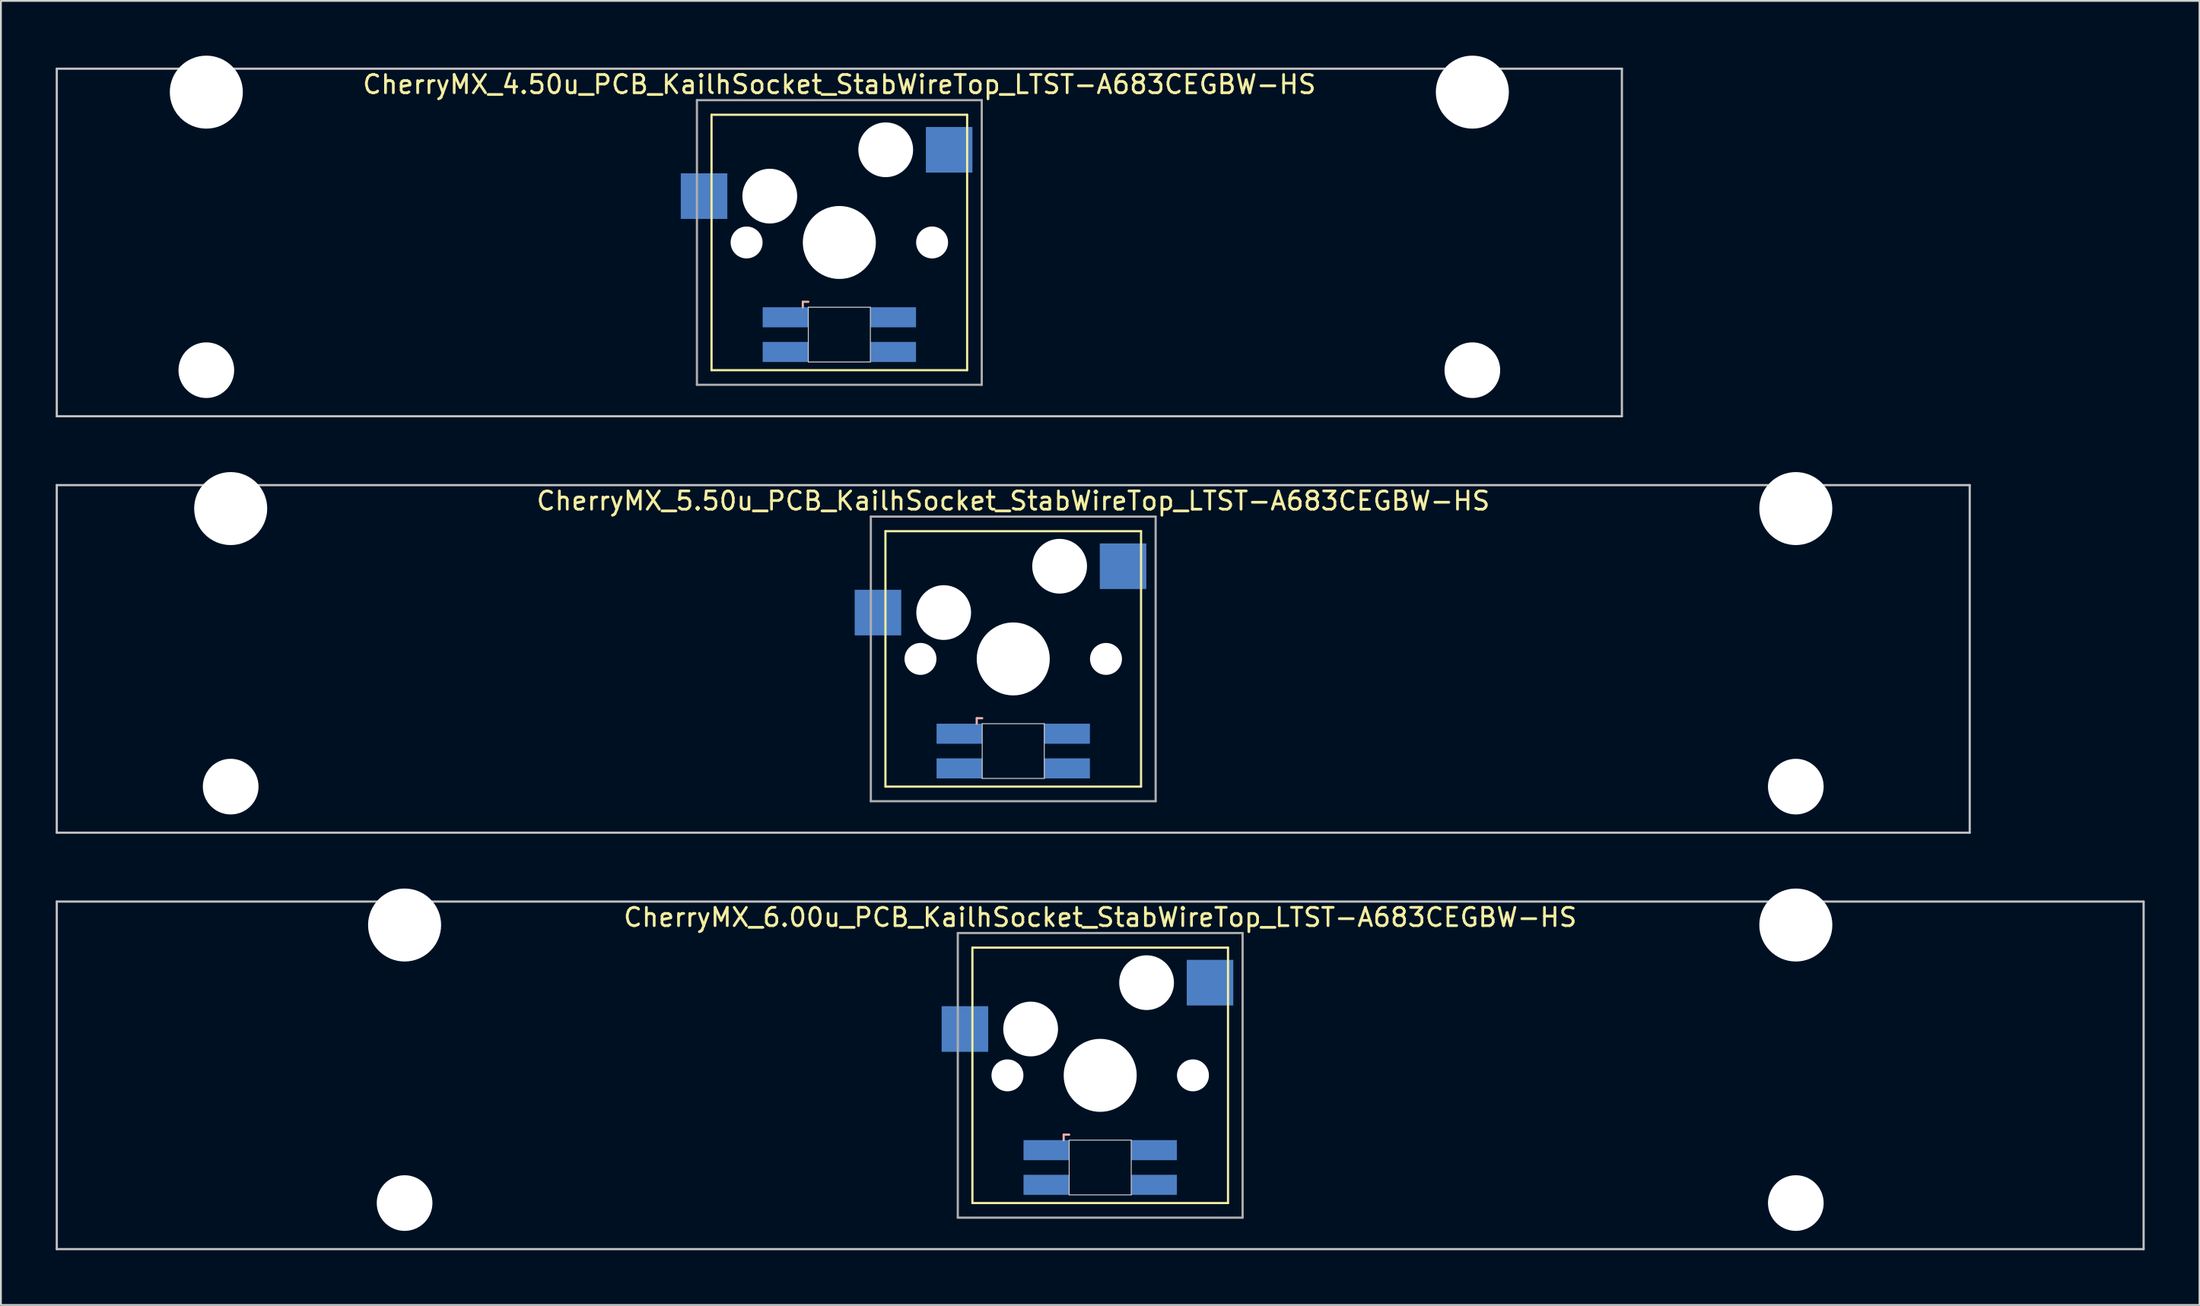
<source format=kicad_pcb>
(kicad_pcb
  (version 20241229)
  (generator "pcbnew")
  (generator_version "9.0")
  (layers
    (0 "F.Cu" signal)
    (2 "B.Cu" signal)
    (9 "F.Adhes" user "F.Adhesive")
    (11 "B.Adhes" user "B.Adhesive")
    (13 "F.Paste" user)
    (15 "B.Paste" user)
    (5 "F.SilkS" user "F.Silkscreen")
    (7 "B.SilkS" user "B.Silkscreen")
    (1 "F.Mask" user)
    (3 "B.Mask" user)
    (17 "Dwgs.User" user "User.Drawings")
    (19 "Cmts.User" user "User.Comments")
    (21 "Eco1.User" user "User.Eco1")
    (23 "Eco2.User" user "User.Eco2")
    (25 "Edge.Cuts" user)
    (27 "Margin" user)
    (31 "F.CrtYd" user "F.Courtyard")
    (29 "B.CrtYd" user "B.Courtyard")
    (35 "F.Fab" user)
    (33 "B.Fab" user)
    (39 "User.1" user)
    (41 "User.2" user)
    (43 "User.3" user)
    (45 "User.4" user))
  (footprint "CherryMX_4.50u_PCB_KailhSocket_StabWireTop_LTST-A683CEGBW-HS"
    (layer "F.Cu")
    (at 42.922 10.24)
    (property "Reference" "CherryMX_4.50u_PCB_KailhSocket_StabWireTop_LTST-A683CEGBW-HS" (at 0 -8.662 0) (layer "F.SilkS") (effects (font (size 1 1) (thickness 0.15))))
    (attr through_hole)
    (fp_line (start -7 -7) (end -7 7) (stroke (width 0.12) (type solid)) (layer "F.SilkS"))
    (fp_line (start -7 -7) (end 7 -7) (stroke (width 0.12) (type solid)) (layer "F.SilkS"))
    (fp_line (start 7 -7) (end 7 7) (stroke (width 0.12) (type solid)) (layer "F.SilkS"))
    (fp_line (start 7 7) (end -7 7) (stroke (width 0.12) (type solid)) (layer "F.SilkS"))
    (fp_line (start -2 3.25) (end -2 3.55) (stroke (width 0.12) (type solid)) (layer "B.SilkS"))
    (fp_line (start -1.7 3.25) (end -2 3.25) (stroke (width 0.12) (type solid)) (layer "B.SilkS"))
    (fp_line (start -42.862 -9.525) (end 42.862 -9.525) (stroke (width 0.12) (type solid)) (layer "Dwgs.User"))
    (fp_line (start -42.862 9.525) (end -42.862 -9.525) (stroke (width 0.12) (type solid)) (layer "Dwgs.User"))
    (fp_line (start 42.862 -9.525) (end 42.862 9.525) (stroke (width 0.12) (type solid)) (layer "Dwgs.User"))
    (fp_line (start 42.862 9.525) (end -42.862 9.525) (stroke (width 0.12) (type solid)) (layer "Dwgs.User"))
    (fp_line (start -1.7 3.55) (end 1.7 3.55) (stroke (width 0.05) (type solid)) (layer "Edge.Cuts"))
    (fp_line (start -1.7 6.55) (end -1.7 3.55) (stroke (width 0.05) (type solid)) (layer "Edge.Cuts"))
    (fp_line (start 1.7 3.55) (end 1.7 6.55) (stroke (width 0.05) (type solid)) (layer "Edge.Cuts"))
    (fp_line (start 1.7 6.55) (end -1.7 6.55) (stroke (width 0.05) (type solid)) (layer "Edge.Cuts"))
    (fp_line (start -7.8 -7.8) (end -7.8 7.8) (stroke (width 0.12) (type solid)) (layer "F.Fab"))
    (fp_line (start -7.8 -7.8) (end 7.8 -7.8) (stroke (width 0.12) (type solid)) (layer "F.Fab"))
    (fp_line (start -7.8 7.8) (end 7.8 7.8) (stroke (width 0.12) (type solid)) (layer "F.Fab"))
    (fp_line (start 7.8 -7.8) (end 7.8 7.8) (stroke (width 0.12) (type solid)) (layer "F.Fab"))
    (pad "" np_thru_hole circle (at -34.671 -8.24) (size 4 4) (drill 4) (layers "*.Cu" "*.Mask"))
    (pad "" np_thru_hole circle (at -34.671 7) (size 3.05 3.05) (drill 3.05) (layers "*.Cu" "*.Mask"))
    (pad "" np_thru_hole circle (at -5.08 0) (size 1.75 1.75) (drill 1.75) (layers "*.Cu" "*.Mask"))
    (pad "" np_thru_hole circle (at -3.81 -2.54) (size 3 3) (drill 3) (layers "*.Cu" "*.Mask"))
    (pad "" np_thru_hole circle (at 0 0) (size 4 4) (drill 4) (layers "*.Cu" "*.Mask"))
    (pad "" np_thru_hole circle (at 2.54 -5.08) (size 3 3) (drill 3) (layers "*.Cu" "*.Mask"))
    (pad "" np_thru_hole circle (at 5.08 0) (size 1.75 1.75) (drill 1.75) (layers "*.Cu" "*.Mask"))
    (pad "" np_thru_hole circle (at 34.671 -8.24) (size 4 4) (drill 4) (layers "*.Cu" "*.Mask"))
    (pad "" np_thru_hole circle (at 34.671 7) (size 3.05 3.05) (drill 3.05) (layers "*.Cu" "*.Mask"))
    (pad "1" smd rect (at -7.41 -2.54) (size 2.55 2.5) (layers "B.Cu" "B.Mask" "B.Paste"))
    (pad "2" smd rect (at 6.015 -5.08) (size 2.55 2.5) (layers "B.Cu" "B.Mask" "B.Paste"))
    (pad "3" smd rect (at -2.95 4.1) (size 2.5 1.1) (layers "B.Cu" "B.Mask" "B.Paste"))
    (pad "4" smd rect (at -2.95 6) (size 2.5 1.1) (layers "B.Cu" "B.Mask" "B.Paste"))
    (pad "5" smd rect (at 2.95 4.1) (size 2.5 1.1) (layers "B.Cu" "B.Mask" "B.Paste"))
    (pad "6" smd rect (at 2.95 6) (size 2.5 1.1) (layers "B.Cu" "B.Mask" "B.Paste")))
  (footprint "CherryMX_6.00u_PCB_KailhSocket_StabWireTop_LTST-A683CEGBW-HS"
    (layer "F.Cu")
    (at 57.21 55.89)
    (property "Reference" "CherryMX_6.00u_PCB_KailhSocket_StabWireTop_LTST-A683CEGBW-HS" (at 0 -8.662 0) (layer "F.SilkS") (effects (font (size 1 1) (thickness 0.15))))
    (attr through_hole)
    (fp_line (start -7 -7) (end -7 7) (stroke (width 0.12) (type solid)) (layer "F.SilkS"))
    (fp_line (start -7 -7) (end 7 -7) (stroke (width 0.12) (type solid)) (layer "F.SilkS"))
    (fp_line (start 7 -7) (end 7 7) (stroke (width 0.12) (type solid)) (layer "F.SilkS"))
    (fp_line (start 7 7) (end -7 7) (stroke (width 0.12) (type solid)) (layer "F.SilkS"))
    (fp_line (start -2 3.25) (end -2 3.55) (stroke (width 0.12) (type solid)) (layer "B.SilkS"))
    (fp_line (start -1.7 3.25) (end -2 3.25) (stroke (width 0.12) (type solid)) (layer "B.SilkS"))
    (fp_line (start -57.15 -9.525) (end 57.15 -9.525) (stroke (width 0.12) (type solid)) (layer "Dwgs.User"))
    (fp_line (start -57.15 9.525) (end -57.15 -9.525) (stroke (width 0.12) (type solid)) (layer "Dwgs.User"))
    (fp_line (start 57.15 -9.525) (end 57.15 9.525) (stroke (width 0.12) (type solid)) (layer "Dwgs.User"))
    (fp_line (start 57.15 9.525) (end -57.15 9.525) (stroke (width 0.12) (type solid)) (layer "Dwgs.User"))
    (fp_line (start -1.7 3.55) (end 1.7 3.55) (stroke (width 0.05) (type solid)) (layer "Edge.Cuts"))
    (fp_line (start -1.7 6.55) (end -1.7 3.55) (stroke (width 0.05) (type solid)) (layer "Edge.Cuts"))
    (fp_line (start 1.7 3.55) (end 1.7 6.55) (stroke (width 0.05) (type solid)) (layer "Edge.Cuts"))
    (fp_line (start 1.7 6.55) (end -1.7 6.55) (stroke (width 0.05) (type solid)) (layer "Edge.Cuts"))
    (fp_line (start -7.8 -7.8) (end -7.8 7.8) (stroke (width 0.12) (type solid)) (layer "F.Fab"))
    (fp_line (start -7.8 -7.8) (end 7.8 -7.8) (stroke (width 0.12) (type solid)) (layer "F.Fab"))
    (fp_line (start -7.8 7.8) (end 7.8 7.8) (stroke (width 0.12) (type solid)) (layer "F.Fab"))
    (fp_line (start 7.8 -7.8) (end 7.8 7.8) (stroke (width 0.12) (type solid)) (layer "F.Fab"))
    (pad "" np_thru_hole circle (at -38.1 -8.24) (size 4 4) (drill 4) (layers "*.Cu" "*.Mask"))
    (pad "" np_thru_hole circle (at -38.1 7) (size 3.05 3.05) (drill 3.05) (layers "*.Cu" "*.Mask"))
    (pad "" np_thru_hole circle (at -5.08 0) (size 1.75 1.75) (drill 1.75) (layers "*.Cu" "*.Mask"))
    (pad "" np_thru_hole circle (at -3.81 -2.54) (size 3 3) (drill 3) (layers "*.Cu" "*.Mask"))
    (pad "" np_thru_hole circle (at 0 0) (size 4 4) (drill 4) (layers "*.Cu" "*.Mask"))
    (pad "" np_thru_hole circle (at 2.54 -5.08) (size 3 3) (drill 3) (layers "*.Cu" "*.Mask"))
    (pad "" np_thru_hole circle (at 5.08 0) (size 1.75 1.75) (drill 1.75) (layers "*.Cu" "*.Mask"))
    (pad "" np_thru_hole circle (at 38.1 -8.24) (size 4 4) (drill 4) (layers "*.Cu" "*.Mask"))
    (pad "" np_thru_hole circle (at 38.1 7) (size 3.05 3.05) (drill 3.05) (layers "*.Cu" "*.Mask"))
    (pad "1" smd rect (at -7.41 -2.54) (size 2.55 2.5) (layers "B.Cu" "B.Mask" "B.Paste"))
    (pad "2" smd rect (at 6.015 -5.08) (size 2.55 2.5) (layers "B.Cu" "B.Mask" "B.Paste"))
    (pad "3" smd rect (at -2.95 4.1) (size 2.5 1.1) (layers "B.Cu" "B.Mask" "B.Paste"))
    (pad "4" smd rect (at -2.95 6) (size 2.5 1.1) (layers "B.Cu" "B.Mask" "B.Paste"))
    (pad "5" smd rect (at 2.95 4.1) (size 2.5 1.1) (layers "B.Cu" "B.Mask" "B.Paste"))
    (pad "6" smd rect (at 2.95 6) (size 2.5 1.1) (layers "B.Cu" "B.Mask" "B.Paste")))
  (footprint "CherryMX_5.50u_PCB_KailhSocket_StabWireTop_LTST-A683CEGBW-HS"
    (layer "F.Cu")
    (at 52.447 33.065)
    (property "Reference" "CherryMX_5.50u_PCB_KailhSocket_StabWireTop_LTST-A683CEGBW-HS" (at 0 -8.662 0) (layer "F.SilkS") (effects (font (size 1 1) (thickness 0.15))))
    (attr through_hole)
    (fp_line (start -7 -7) (end -7 7) (stroke (width 0.12) (type solid)) (layer "F.SilkS"))
    (fp_line (start -7 -7) (end 7 -7) (stroke (width 0.12) (type solid)) (layer "F.SilkS"))
    (fp_line (start 7 -7) (end 7 7) (stroke (width 0.12) (type solid)) (layer "F.SilkS"))
    (fp_line (start 7 7) (end -7 7) (stroke (width 0.12) (type solid)) (layer "F.SilkS"))
    (fp_line (start -2 3.25) (end -2 3.55) (stroke (width 0.12) (type solid)) (layer "B.SilkS"))
    (fp_line (start -1.7 3.25) (end -2 3.25) (stroke (width 0.12) (type solid)) (layer "B.SilkS"))
    (fp_line (start -52.388 -9.525) (end 52.388 -9.525) (stroke (width 0.12) (type solid)) (layer "Dwgs.User"))
    (fp_line (start -52.388 9.525) (end -52.388 -9.525) (stroke (width 0.12) (type solid)) (layer "Dwgs.User"))
    (fp_line (start 52.388 -9.525) (end 52.388 9.525) (stroke (width 0.12) (type solid)) (layer "Dwgs.User"))
    (fp_line (start 52.388 9.525) (end -52.388 9.525) (stroke (width 0.12) (type solid)) (layer "Dwgs.User"))
    (fp_line (start -1.7 3.55) (end 1.7 3.55) (stroke (width 0.05) (type solid)) (layer "Edge.Cuts"))
    (fp_line (start -1.7 6.55) (end -1.7 3.55) (stroke (width 0.05) (type solid)) (layer "Edge.Cuts"))
    (fp_line (start 1.7 3.55) (end 1.7 6.55) (stroke (width 0.05) (type solid)) (layer "Edge.Cuts"))
    (fp_line (start 1.7 6.55) (end -1.7 6.55) (stroke (width 0.05) (type solid)) (layer "Edge.Cuts"))
    (fp_line (start -7.8 -7.8) (end -7.8 7.8) (stroke (width 0.12) (type solid)) (layer "F.Fab"))
    (fp_line (start -7.8 -7.8) (end 7.8 -7.8) (stroke (width 0.12) (type solid)) (layer "F.Fab"))
    (fp_line (start -7.8 7.8) (end 7.8 7.8) (stroke (width 0.12) (type solid)) (layer "F.Fab"))
    (fp_line (start 7.8 -7.8) (end 7.8 7.8) (stroke (width 0.12) (type solid)) (layer "F.Fab"))
    (pad "" np_thru_hole circle (at -42.862 -8.24) (size 4 4) (drill 4) (layers "*.Cu" "*.Mask"))
    (pad "" np_thru_hole circle (at -42.862 7) (size 3.05 3.05) (drill 3.05) (layers "*.Cu" "*.Mask"))
    (pad "" np_thru_hole circle (at -5.08 0) (size 1.75 1.75) (drill 1.75) (layers "*.Cu" "*.Mask"))
    (pad "" np_thru_hole circle (at -3.81 -2.54) (size 3 3) (drill 3) (layers "*.Cu" "*.Mask"))
    (pad "" np_thru_hole circle (at 0 0) (size 4 4) (drill 4) (layers "*.Cu" "*.Mask"))
    (pad "" np_thru_hole circle (at 2.54 -5.08) (size 3 3) (drill 3) (layers "*.Cu" "*.Mask"))
    (pad "" np_thru_hole circle (at 5.08 0) (size 1.75 1.75) (drill 1.75) (layers "*.Cu" "*.Mask"))
    (pad "" np_thru_hole circle (at 42.862 -8.24) (size 4 4) (drill 4) (layers "*.Cu" "*.Mask"))
    (pad "" np_thru_hole circle (at 42.862 7) (size 3.05 3.05) (drill 3.05) (layers "*.Cu" "*.Mask"))
    (pad "1" smd rect (at -7.41 -2.54) (size 2.55 2.5) (layers "B.Cu" "B.Mask" "B.Paste"))
    (pad "2" smd rect (at 6.015 -5.08) (size 2.55 2.5) (layers "B.Cu" "B.Mask" "B.Paste"))
    (pad "3" smd rect (at -2.95 4.1) (size 2.5 1.1) (layers "B.Cu" "B.Mask" "B.Paste"))
    (pad "4" smd rect (at -2.95 6) (size 2.5 1.1) (layers "B.Cu" "B.Mask" "B.Paste"))
    (pad "5" smd rect (at 2.95 4.1) (size 2.5 1.1) (layers "B.Cu" "B.Mask" "B.Paste"))
    (pad "6" smd rect (at 2.95 6) (size 2.5 1.1) (layers "B.Cu" "B.Mask" "B.Paste")))
  (gr_rect
    (start -3 -3)
    (end 117.42 68.475)
    (stroke (width 0.1) (type default))
    (fill no)
    (layer "Edge.Cuts")))
</source>
